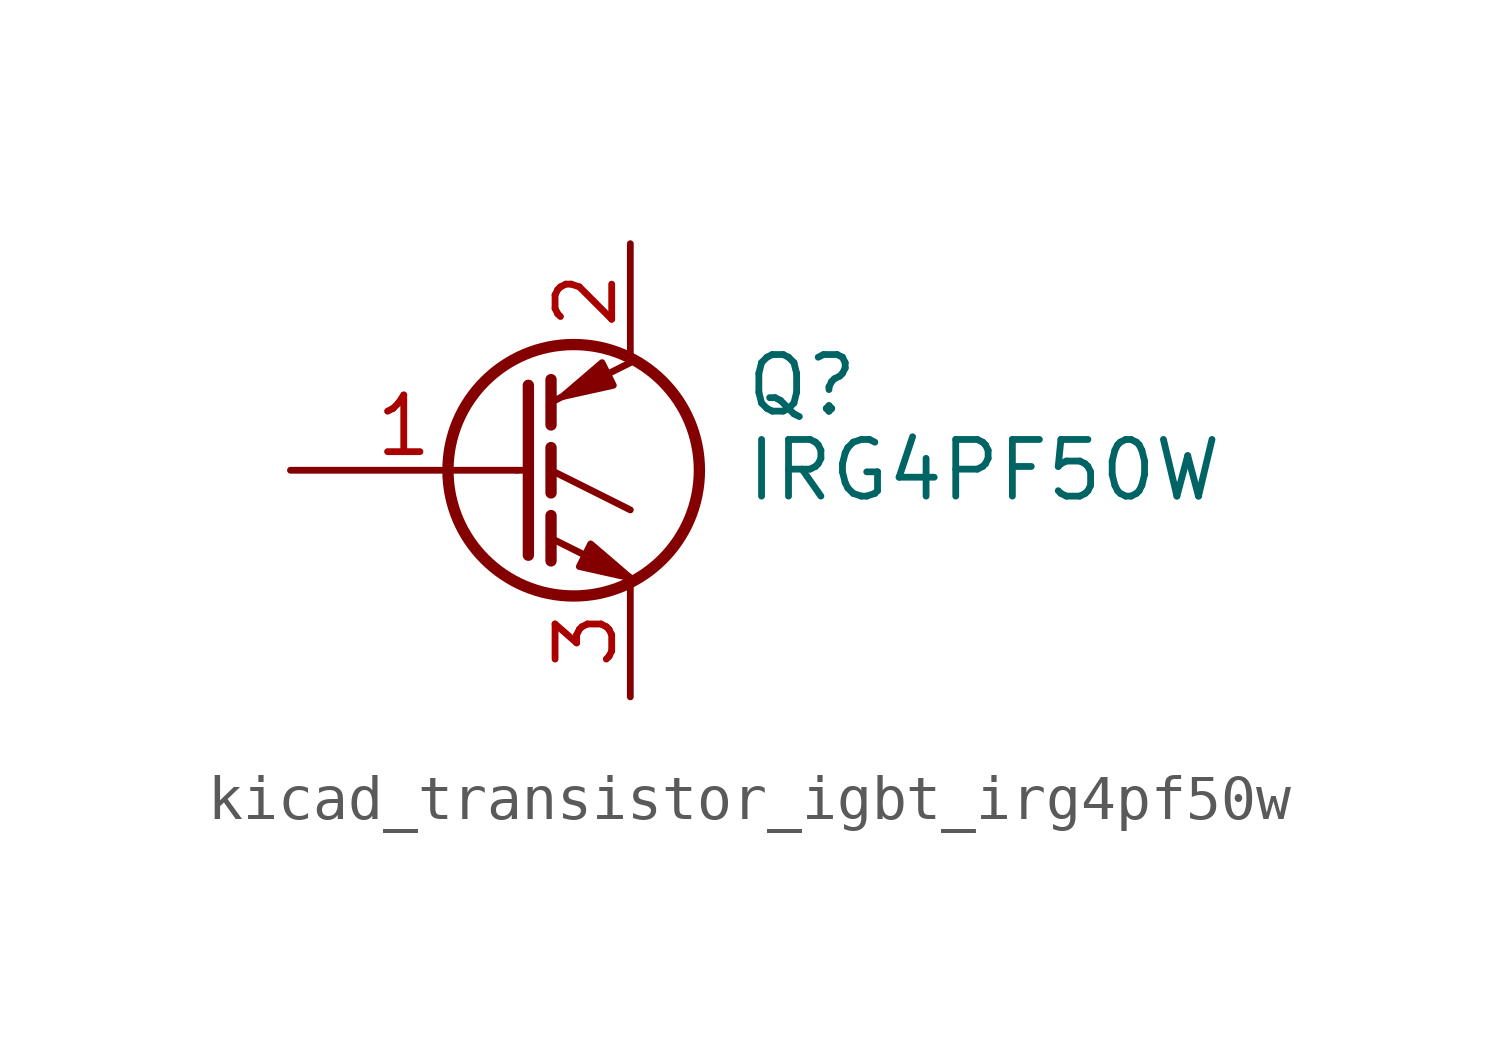
<source format=kicad_sym>
(kicad_symbol_lib
  (version 20220914)
  (generator kicad_symbol_editor)
  (symbol "kicad_transistor_igbt_irg4pf50w"
    (pin_names
      (offset 0) hide)
    (property "Reference" "Q"
      (at 5.08 1.905 0)
      (effects (font (size 1.27 1.27)) (justify left)))
    (property "Value" "IRG4PF50W"
      (at 5.08 0 0)
      (effects (font (size 1.27 1.27)) (justify left)))
    (symbol "kicad_transistor_igbt_irg4pf50w_0_1"
      (polyline (pts (xy 0 0) (xy 0.254 0)) (stroke (width 0) (type default)) (fill (type none)))
      (polyline (pts (xy 0.762 -1.016) (xy 0.762 -2.032)) (stroke (width 0.254) (type default)) (fill (type none)))
      (polyline (pts (xy 0.762 0.508) (xy 0.762 -0.508)) (stroke (width 0.254) (type default)) (fill (type none)))
      (polyline (pts (xy 0.762 2.032) (xy 0.762 1.016)) (stroke (width 0.254) (type default)) (fill (type none)))
      (polyline (pts (xy 2.54 -2.413) (xy 0.762 -1.524)) (stroke (width 0) (type default)) (fill (type none)))
      (polyline (pts (xy 2.54 -0.889) (xy 0.762 0)) (stroke (width 0) (type default)) (fill (type none)))
      (polyline (pts (xy 2.54 2.413) (xy 0.762 1.524)) (stroke (width 0) (type default)) (fill (type none)))
      (polyline (pts (xy 0.254 1.905) (xy 0.254 -1.905) (xy 0.254 -1.905)) (stroke (width 0.254) (type default)) (fill (type none)))
      (polyline (pts (xy 1.397 -2.159) (xy 1.651 -1.651) (xy 2.54 -2.413) (xy 1.397 -2.159)) (stroke (width 0) (type default)) (fill (type outline)))
      (polyline (pts (xy 2.159 1.905) (xy 1.905 2.413) (xy 1.016 1.651) (xy 2.159 1.905)) (stroke (width 0) (type default)) (fill (type outline)))
      (circle (center 1.27 0) (radius 2.819) (stroke (width 0.254) (type default)) (fill (type none))))
    (symbol "kicad_transistor_igbt_irg4pf50w_1_1"
      (pin input line (at -5.08 0 0) (length 5.08) (name "G" (effects (font (size 1.27 1.27)))) (number "1" (effects (font (size 1.27 1.27)))))
      (pin passive line (at 2.54 5.08 270) (length 2.54) (name "C" (effects (font (size 1.27 1.27)))) (number "2" (effects (font (size 1.27 1.27)))))
      (pin passive line (at 2.54 -5.08 90) (length 2.54) (name "E" (effects (font (size 1.27 1.27)))) (number "3" (effects (font (size 1.27 1.27))))))))
</source>
